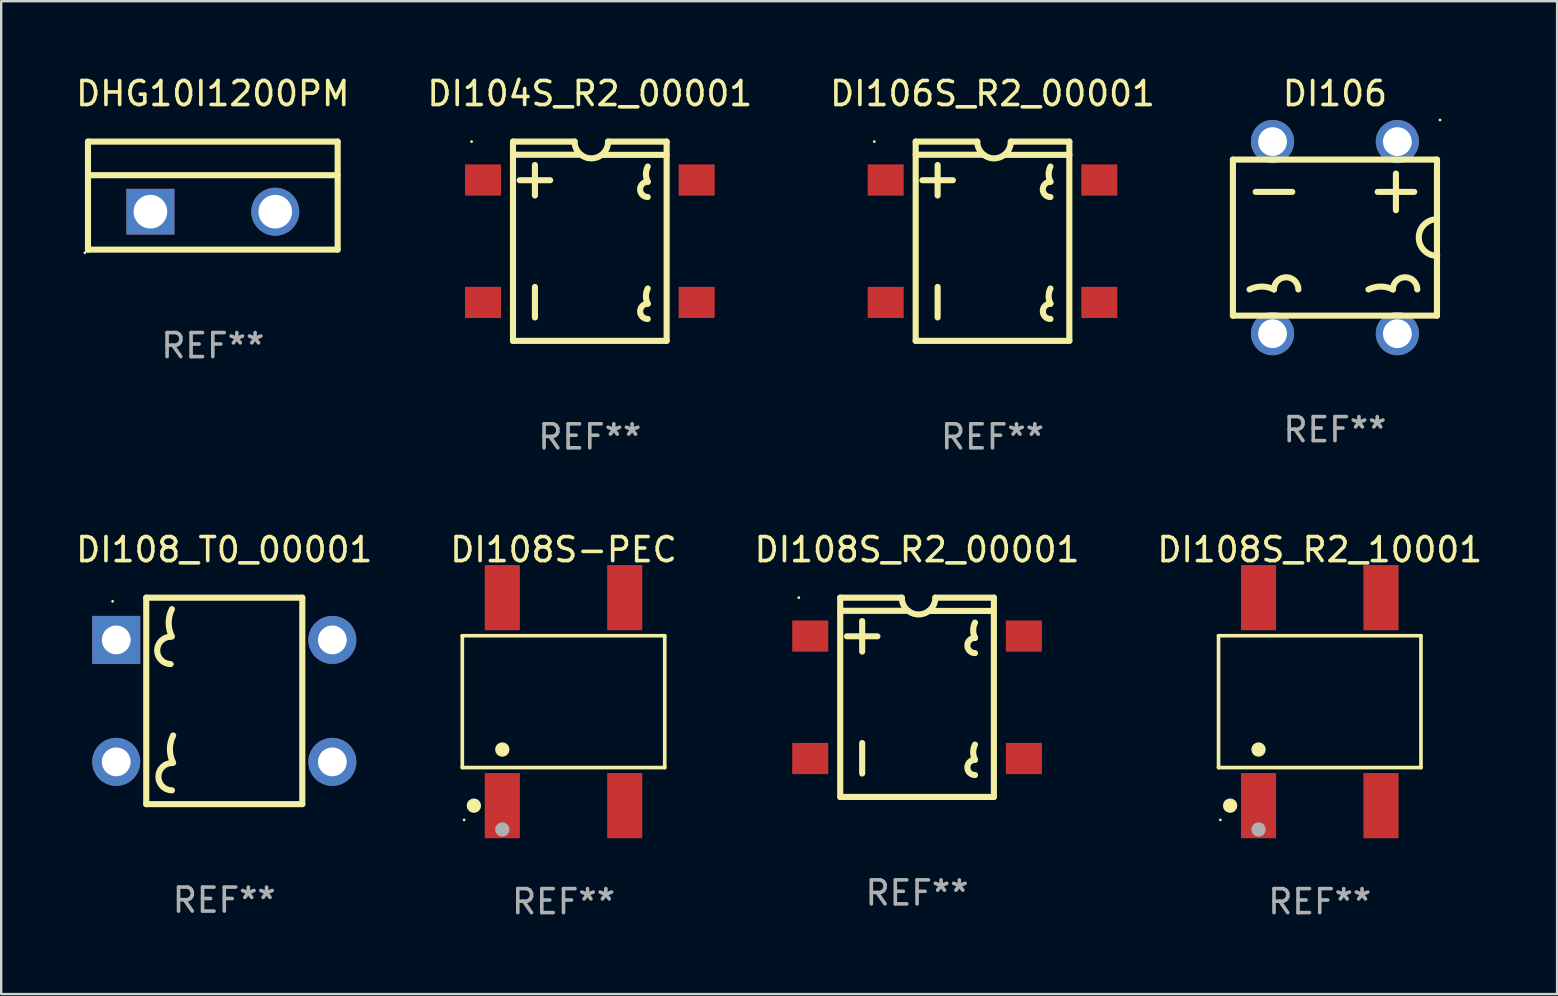
<source format=kicad_pcb>
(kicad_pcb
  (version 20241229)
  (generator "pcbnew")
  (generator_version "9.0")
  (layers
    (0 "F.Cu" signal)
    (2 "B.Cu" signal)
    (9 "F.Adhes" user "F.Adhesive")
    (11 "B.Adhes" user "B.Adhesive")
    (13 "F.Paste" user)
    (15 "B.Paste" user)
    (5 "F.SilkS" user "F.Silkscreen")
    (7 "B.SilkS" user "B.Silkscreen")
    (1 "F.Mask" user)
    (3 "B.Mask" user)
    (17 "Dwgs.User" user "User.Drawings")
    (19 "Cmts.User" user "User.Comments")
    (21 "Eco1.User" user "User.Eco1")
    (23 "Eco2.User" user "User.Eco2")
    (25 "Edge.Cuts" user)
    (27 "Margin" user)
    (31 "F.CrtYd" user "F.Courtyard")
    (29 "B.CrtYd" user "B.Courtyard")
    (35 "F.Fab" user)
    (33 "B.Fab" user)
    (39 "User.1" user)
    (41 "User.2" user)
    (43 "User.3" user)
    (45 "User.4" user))
  (footprint "DI104S_R2_00001"
    (layer "F.Cu")
    (at 21.518 6.998)
    (property "Reference" "DI104S_R2_00001" (at 0 -6.15 0) (layer "F.SilkS") (effects (font (size 1 1) (thickness 0.15))))
    (attr through_hole)
    (fp_line (start -3.2 -4.15) (end -0.635 -4.15) (stroke (width 0.254) (type solid)) (layer "F.SilkS"))
    (fp_line (start -3.2 4.15) (end -3.2 -4.15) (stroke (width 0.254) (type solid)) (layer "F.SilkS"))
    (fp_line (start -2.921 -2.54) (end -1.651 -2.54) (stroke (width 0.254) (type solid)) (layer "F.SilkS"))
    (fp_line (start -2.286 1.905) (end -2.286 3.175) (stroke (width 0.254) (type solid)) (layer "F.SilkS"))
    (fp_line (start -2.286 -3.175) (end -2.286 -1.905) (stroke (width 0.254) (type solid)) (layer "F.SilkS"))
    (fp_line (start -0.369 -3.602) (end -3.2 -3.602) (stroke (width 0.254) (type solid)) (layer "F.SilkS"))
    (fp_line (start 3.2 -4.15) (end 0.762 -4.15) (stroke (width 0.254) (type solid)) (layer "F.SilkS"))
    (fp_line (start 3.2 -4.15) (end 3.2 4.15) (stroke (width 0.254) (type solid)) (layer "F.SilkS"))
    (fp_line (start 3.2 -3.597) (end 0.498 -3.597) (stroke (width 0.254) (type solid)) (layer "F.SilkS"))
    (fp_line (start 3.2 4.15) (end -3.2 4.15) (stroke (width 0.254) (type solid)) (layer "F.SilkS"))
    (fp_arc (start 0.762027 -4.150025) (mid 0.063322 -3.451854) (end -0.635027 -4.150381) (stroke (width 0.254001) (type solid)) (layer "F.SilkS"))
    (fp_arc (start 2.41303 -2.476518) (mid 2.338079 -2.794018) (end 2.41303 -3.111519) (stroke (width 0.254001) (type solid)) (layer "F.SilkS"))
    (fp_arc (start 2.41303 -1.841516) (mid 2.095529 -2.159017) (end 2.41303 -2.476518) (stroke (width 0.254001) (type solid)) (layer "F.SilkS"))
    (fp_arc (start 2.41303 2.603492) (mid 2.338079 2.285992) (end 2.41303 1.968491) (stroke (width 0.254001) (type solid)) (layer "F.SilkS"))
    (fp_arc (start 2.41303 3.238494) (mid 2.095529 2.920993) (end 2.41303 2.603492) (stroke (width 0.254001) (type solid)) (layer "F.SilkS"))
    (fp_circle (center -4.925 -4.15) (end -4.895 -4.15) (stroke (width 0.06) (type solid)) (fill no) (layer "F.SilkS"))
    (fp_text user "REF**" (at 0 8.15 0) (layer "F.Fab") (effects (font (size 1 1) (thickness 0.15))))
    (pad "1" smd rect (at -4.45 -2.55) (size 1.5 1.3) (layers "F.Cu" "F.Mask" "F.Paste"))
    (pad "2" smd rect (at -4.45 2.55) (size 1.5 1.3) (layers "F.Cu" "F.Mask" "F.Paste"))
    (pad "3" smd rect (at 4.45 2.55) (size 1.5 1.3) (layers "F.Cu" "F.Mask" "F.Paste"))
    (pad "4" smd rect (at 4.45 -2.55) (size 1.5 1.3) (layers "F.Cu" "F.Mask" "F.Paste")))
  (footprint "DI108_T0_00001"
    (layer "F.Cu")
    (at 6.292 26.145)
    (property "Reference" "DI108_T0_00001" (at 0 -6.3 0) (layer "F.SilkS") (effects (font (size 1 1) (thickness 0.15))))
    (attr through_hole)
    (fp_line (start -3.25 -4.3) (end 3.25 -4.3) (stroke (width 0.254) (type solid)) (layer "F.SilkS"))
    (fp_line (start -3.25 -4.3) (end -3.25 4.3) (stroke (width 0.254) (type solid)) (layer "F.SilkS"))
    (fp_line (start -3.25 4.3) (end 3.25 4.3) (stroke (width 0.254) (type solid)) (layer "F.SilkS"))
    (fp_line (start 3.25 -4.3) (end 3.25 4.3) (stroke (width 0.254) (type solid)) (layer "F.SilkS"))
    (fp_arc (start -2.23368 -1.533401) (mid -2.803149 -2.10287) (end -2.23368 -2.672339) (stroke (width 0.254001) (type solid)) (layer "F.SilkS"))
    (fp_arc (start -2.181864 -2.680976) (mid -2.316297 -3.250445) (end -2.181864 -3.819914) (stroke (width 0.254001) (type solid)) (layer "F.SilkS"))
    (fp_arc (start -2.181356 3.726441) (mid -2.750825 3.156972) (end -2.181356 2.587503) (stroke (width 0.254001) (type solid)) (layer "F.SilkS"))
    (fp_arc (start -2.12954 2.578867) (mid -2.263973 2.009398) (end -2.12954 1.439929) (stroke (width 0.254001) (type solid)) (layer "F.SilkS"))
    (fp_circle (center -4.651 -4.15) (end -4.621 -4.15) (stroke (width 0.06) (type solid)) (fill no) (layer "F.SilkS"))
    (fp_text user "-" (at 1.89 -1.679 0) (layer "B.Mask") (effects (font (size 1 1) (thickness 0.15))))
    (fp_text user "+" (at 0.96 2.66 0) (layer "B.Mask") (effects (font (size 1 1) (thickness 0.15))))
    (fp_text user "REF**" (at 0 8.3 0) (layer "F.Fab") (effects (font (size 1 1) (thickness 0.15))))
    (pad "1" thru_hole rect (at -4.5 -2.54) (size 2 2) (drill 1.2) (layers "*.Cu" "*.Mask"))
    (pad "2" thru_hole circle (at -4.501 2.54) (size 2 2) (drill 1.2) (layers "*.Cu" "*.Mask"))
    (pad "3" thru_hole circle (at 4.501 2.54) (size 2 2) (drill 1.2) (layers "*.Cu" "*.Mask"))
    (pad "4" thru_hole circle (at 4.501 -2.54) (size 2 2) (drill 1.2) (layers "*.Cu" "*.Mask")))
  (footprint "DHG10I1200PM"
    (layer "F.Cu")
    (at 5.815 5.098)
    (property "Reference" "DHG10I1200PM" (at 0 -4.25 0) (layer "F.SilkS") (effects (font (size 1 1) (thickness 0.15))))
    (attr through_hole)
    (fp_line (start -5.2 -2.25) (end 5.2 -2.25) (stroke (width 0.254) (type solid)) (layer "F.SilkS"))
    (fp_line (start -5.2 -0.85) (end 5.2 -0.85) (stroke (width 0.254) (type solid)) (layer "F.SilkS"))
    (fp_line (start -5.2 2.25) (end -5.2 -2.25) (stroke (width 0.254) (type solid)) (layer "F.SilkS"))
    (fp_line (start -5.2 2.25) (end 5.2 2.25) (stroke (width 0.254) (type solid)) (layer "F.SilkS"))
    (fp_line (start 5.2 2.25) (end 5.2 -2.25) (stroke (width 0.254) (type solid)) (layer "F.SilkS"))
    (fp_circle (center -5.327 2.377) (end -5.297 2.377) (stroke (width 0.06) (type solid)) (fill no) (layer "F.SilkS"))
    (fp_text user "REF**" (at 0 6.25 0) (layer "F.Fab") (effects (font (size 1 1) (thickness 0.15))))
    (pad "1" thru_hole rect (at -2.6 0.67 90) (size 1.905 2) (drill 1.4) (layers "*.Cu" "*.Mask"))
    (pad "3" thru_hole circle (at 2.6 0.67) (size 2 2) (drill 1.4) (layers "*.Cu" "*.Mask")))
  (footprint "DI108S-PEC"
    (layer "F.Cu")
    (at 20.423 26.177)
    (property "Reference" "DI108S-PEC" (at 0 -6.332 0) (layer "F.SilkS") (effects (font (size 1 1) (thickness 0.15))))
    (attr through_hole)
    (fp_line (start -4.216 -2.746) (end 4.216 -2.746) (stroke (width 0.152) (type solid)) (layer "F.SilkS"))
    (fp_line (start -4.216 2.746) (end -4.216 -2.746) (stroke (width 0.152) (type solid)) (layer "F.SilkS"))
    (fp_line (start 4.216 -2.746) (end 4.216 2.746) (stroke (width 0.152) (type solid)) (layer "F.SilkS"))
    (fp_line (start 4.216 2.746) (end -4.216 2.746) (stroke (width 0.152) (type solid)) (layer "F.SilkS"))
    (fp_circle (center -4.14 4.925) (end -4.11 4.925) (stroke (width 0.06) (type solid)) (fill no) (layer "F.SilkS"))
    (fp_circle (center -3.734 4.332) (end -3.584 4.332) (stroke (width 0.3) (type solid)) (fill no) (layer "F.SilkS"))
    (fp_circle (center -2.55 1.994) (end -2.4 1.994) (stroke (width 0.3) (type solid)) (fill no) (layer "F.SilkS"))
    (fp_circle (center -2.55 5.325) (end -2.4 5.325) (stroke (width 0.3) (type solid)) (fill no) (layer "F.Fab"))
    (fp_text user "REF**" (at 0 8.332 0) (layer "F.Fab") (effects (font (size 1 1) (thickness 0.15))))
    (pad "1" smd rect (at -2.55 4.332) (size 1.463 2.715) (layers "F.Cu" "F.Mask" "F.Paste"))
    (pad "2" smd rect (at 2.55 4.332) (size 1.463 2.715) (layers "F.Cu" "F.Mask" "F.Paste"))
    (pad "3" smd rect (at 2.55 -4.332) (size 1.463 2.715) (layers "F.Cu" "F.Mask" "F.Paste"))
    (pad "4" smd rect (at -2.55 -4.332) (size 1.463 2.715) (layers "F.Cu" "F.Mask" "F.Paste")))
  (footprint "DI108S_R2_10001"
    (layer "F.Cu")
    (at 51.923 26.177)
    (property "Reference" "DI108S_R2_10001" (at 0 -6.332 0) (layer "F.SilkS") (effects (font (size 1 1) (thickness 0.15))))
    (attr through_hole)
    (fp_line (start -4.216 -2.746) (end 4.216 -2.746) (stroke (width 0.152) (type solid)) (layer "F.SilkS"))
    (fp_line (start -4.216 2.746) (end -4.216 -2.746) (stroke (width 0.152) (type solid)) (layer "F.SilkS"))
    (fp_line (start 4.216 -2.746) (end 4.216 2.746) (stroke (width 0.152) (type solid)) (layer "F.SilkS"))
    (fp_line (start 4.216 2.746) (end -4.216 2.746) (stroke (width 0.152) (type solid)) (layer "F.SilkS"))
    (fp_circle (center -4.14 4.925) (end -4.11 4.925) (stroke (width 0.06) (type solid)) (fill no) (layer "F.SilkS"))
    (fp_circle (center -3.734 4.332) (end -3.584 4.332) (stroke (width 0.3) (type solid)) (fill no) (layer "F.SilkS"))
    (fp_circle (center -2.55 1.994) (end -2.4 1.994) (stroke (width 0.3) (type solid)) (fill no) (layer "F.SilkS"))
    (fp_circle (center -2.55 5.325) (end -2.4 5.325) (stroke (width 0.3) (type solid)) (fill no) (layer "F.Fab"))
    (fp_text user "REF**" (at 0 8.332 0) (layer "F.Fab") (effects (font (size 1 1) (thickness 0.15))))
    (pad "1" smd rect (at -2.55 4.332) (size 1.463 2.715) (layers "F.Cu" "F.Mask" "F.Paste"))
    (pad "2" smd rect (at 2.55 4.332) (size 1.463 2.715) (layers "F.Cu" "F.Mask" "F.Paste"))
    (pad "3" smd rect (at 2.55 -4.332) (size 1.463 2.715) (layers "F.Cu" "F.Mask" "F.Paste"))
    (pad "4" smd rect (at -2.55 -4.332) (size 1.463 2.715) (layers "F.Cu" "F.Mask" "F.Paste")))
  (footprint "DI106"
    (layer "F.Cu")
    (at 52.556 6.848)
    (property "Reference" "DI106" (at 0 -6 0) (layer "F.SilkS") (effects (font (size 1 1) (thickness 0.15))))
    (attr through_hole)
    (fp_line (start -4.25 -3.25) (end -4.25 3.25) (stroke (width 0.254) (type solid)) (layer "F.SilkS"))
    (fp_line (start -4.25 3.25) (end 4.25 3.25) (stroke (width 0.254) (type solid)) (layer "F.SilkS"))
    (fp_line (start -1.778 -1.905) (end -3.302 -1.905) (stroke (width 0.254) (type solid)) (layer "F.SilkS"))
    (fp_line (start 1.778 -1.905) (end 3.302 -1.905) (stroke (width 0.254) (type solid)) (layer "F.SilkS"))
    (fp_line (start 2.54 -1.143) (end 2.54 -2.667) (stroke (width 0.254) (type solid)) (layer "F.SilkS"))
    (fp_line (start 4.25 -3.25) (end -4.25 -3.25) (stroke (width 0.254) (type solid)) (layer "F.SilkS"))
    (fp_line (start 4.25 3.25) (end 4.25 -3.25) (stroke (width 0.254) (type solid)) (layer "F.SilkS"))
    (fp_arc (start -3.556007 2.159004) (mid -3.048006 2.039081) (end -2.540005 2.159004) (stroke (width 0.254001) (type solid)) (layer "F.SilkS"))
    (fp_arc (start -2.540005 2.159004) (mid -2.032004 1.651003) (end -1.524003 2.159004) (stroke (width 0.254001) (type solid)) (layer "F.SilkS"))
    (fp_arc (start 1.397003 2.159004) (mid 1.905004 2.039081) (end 2.413005 2.159004) (stroke (width 0.254001) (type solid)) (layer "F.SilkS"))
    (fp_arc (start 2.413005 2.159004) (mid 2.921006 1.651003) (end 3.429007 2.159004) (stroke (width 0.254001) (type solid)) (layer "F.SilkS"))
    (fp_arc (start 4.258471 0.75809) (mid 3.49582 0.000286) (end 4.250037 -0.765912) (stroke (width 0.254001) (type solid)) (layer "F.SilkS"))
    (fp_circle (center 4.377 -4.9) (end 4.407 -4.9) (stroke (width 0.06) (type solid)) (fill no) (layer "F.SilkS"))
    (fp_text user "REF**" (at 0 8 0) (layer "F.Fab") (effects (font (size 1 1) (thickness 0.15))))
    (pad "1" thru_hole circle (at 2.6 -4) (size 1.8 1.8) (drill 1.2) (layers "*.Cu" "*.Mask"))
    (pad "2" thru_hole circle (at -2.6 -4) (size 1.8 1.8) (drill 1.2) (layers "*.Cu" "*.Mask"))
    (pad "3" thru_hole circle (at -2.6 4) (size 1.8 1.8) (drill 1.2) (layers "*.Cu" "*.Mask"))
    (pad "4" thru_hole circle (at 2.6 4) (size 1.8 1.8) (drill 1.2) (layers "*.Cu" "*.Mask")))
  (footprint "DI108S_R2_00001"
    (layer "F.Cu")
    (at 35.149 25.995)
    (property "Reference" "DI108S_R2_00001" (at 0 -6.15 0) (layer "F.SilkS") (effects (font (size 1 1) (thickness 0.15))))
    (attr through_hole)
    (fp_line (start -3.2 -4.15) (end -0.635 -4.15) (stroke (width 0.254) (type solid)) (layer "F.SilkS"))
    (fp_line (start -3.2 4.15) (end -3.2 -4.15) (stroke (width 0.254) (type solid)) (layer "F.SilkS"))
    (fp_line (start -2.921 -2.54) (end -1.651 -2.54) (stroke (width 0.254) (type solid)) (layer "F.SilkS"))
    (fp_line (start -2.286 1.905) (end -2.286 3.175) (stroke (width 0.254) (type solid)) (layer "F.SilkS"))
    (fp_line (start -2.286 -3.175) (end -2.286 -1.905) (stroke (width 0.254) (type solid)) (layer "F.SilkS"))
    (fp_line (start -0.369 -3.602) (end -3.2 -3.602) (stroke (width 0.254) (type solid)) (layer "F.SilkS"))
    (fp_line (start 3.2 -4.15) (end 0.762 -4.15) (stroke (width 0.254) (type solid)) (layer "F.SilkS"))
    (fp_line (start 3.2 -4.15) (end 3.2 4.15) (stroke (width 0.254) (type solid)) (layer "F.SilkS"))
    (fp_line (start 3.2 -3.597) (end 0.498 -3.597) (stroke (width 0.254) (type solid)) (layer "F.SilkS"))
    (fp_line (start 3.2 4.15) (end -3.2 4.15) (stroke (width 0.254) (type solid)) (layer "F.SilkS"))
    (fp_arc (start 0.762027 -4.150025) (mid 0.063322 -3.451854) (end -0.635027 -4.150381) (stroke (width 0.254001) (type solid)) (layer "F.SilkS"))
    (fp_arc (start 2.41303 -2.476518) (mid 2.338079 -2.794018) (end 2.41303 -3.111519) (stroke (width 0.254001) (type solid)) (layer "F.SilkS"))
    (fp_arc (start 2.41303 -1.841516) (mid 2.095529 -2.159017) (end 2.41303 -2.476518) (stroke (width 0.254001) (type solid)) (layer "F.SilkS"))
    (fp_arc (start 2.41303 2.603492) (mid 2.338079 2.285992) (end 2.41303 1.968491) (stroke (width 0.254001) (type solid)) (layer "F.SilkS"))
    (fp_arc (start 2.41303 3.238494) (mid 2.095529 2.920993) (end 2.41303 2.603492) (stroke (width 0.254001) (type solid)) (layer "F.SilkS"))
    (fp_circle (center -4.925 -4.15) (end -4.895 -4.15) (stroke (width 0.06) (type solid)) (fill no) (layer "F.SilkS"))
    (fp_text user "REF**" (at 0 8.15 0) (layer "F.Fab") (effects (font (size 1 1) (thickness 0.15))))
    (pad "1" smd rect (at -4.45 -2.55) (size 1.5 1.3) (layers "F.Cu" "F.Mask" "F.Paste"))
    (pad "2" smd rect (at -4.45 2.55) (size 1.5 1.3) (layers "F.Cu" "F.Mask" "F.Paste"))
    (pad "3" smd rect (at 4.45 2.55) (size 1.5 1.3) (layers "F.Cu" "F.Mask" "F.Paste"))
    (pad "4" smd rect (at 4.45 -2.55) (size 1.5 1.3) (layers "F.Cu" "F.Mask" "F.Paste")))
  (footprint "DI106S_R2_00001"
    (layer "F.Cu")
    (at 38.292 6.998)
    (property "Reference" "DI106S_R2_00001" (at 0 -6.15 0) (layer "F.SilkS") (effects (font (size 1 1) (thickness 0.15))))
    (attr through_hole)
    (fp_line (start -3.2 -4.15) (end -0.635 -4.15) (stroke (width 0.254) (type solid)) (layer "F.SilkS"))
    (fp_line (start -3.2 4.15) (end -3.2 -4.15) (stroke (width 0.254) (type solid)) (layer "F.SilkS"))
    (fp_line (start -2.921 -2.54) (end -1.651 -2.54) (stroke (width 0.254) (type solid)) (layer "F.SilkS"))
    (fp_line (start -2.286 1.905) (end -2.286 3.175) (stroke (width 0.254) (type solid)) (layer "F.SilkS"))
    (fp_line (start -2.286 -3.175) (end -2.286 -1.905) (stroke (width 0.254) (type solid)) (layer "F.SilkS"))
    (fp_line (start -0.369 -3.602) (end -3.2 -3.602) (stroke (width 0.254) (type solid)) (layer "F.SilkS"))
    (fp_line (start 3.2 -4.15) (end 0.762 -4.15) (stroke (width 0.254) (type solid)) (layer "F.SilkS"))
    (fp_line (start 3.2 -4.15) (end 3.2 4.15) (stroke (width 0.254) (type solid)) (layer "F.SilkS"))
    (fp_line (start 3.2 -3.597) (end 0.498 -3.597) (stroke (width 0.254) (type solid)) (layer "F.SilkS"))
    (fp_line (start 3.2 4.15) (end -3.2 4.15) (stroke (width 0.254) (type solid)) (layer "F.SilkS"))
    (fp_arc (start 0.762027 -4.150025) (mid 0.063322 -3.451854) (end -0.635027 -4.150381) (stroke (width 0.254001) (type solid)) (layer "F.SilkS"))
    (fp_arc (start 2.41303 -2.476518) (mid 2.338079 -2.794018) (end 2.41303 -3.111519) (stroke (width 0.254001) (type solid)) (layer "F.SilkS"))
    (fp_arc (start 2.41303 -1.841516) (mid 2.095529 -2.159017) (end 2.41303 -2.476518) (stroke (width 0.254001) (type solid)) (layer "F.SilkS"))
    (fp_arc (start 2.41303 2.603492) (mid 2.338079 2.285992) (end 2.41303 1.968491) (stroke (width 0.254001) (type solid)) (layer "F.SilkS"))
    (fp_arc (start 2.41303 3.238494) (mid 2.095529 2.920993) (end 2.41303 2.603492) (stroke (width 0.254001) (type solid)) (layer "F.SilkS"))
    (fp_circle (center -4.925 -4.15) (end -4.895 -4.15) (stroke (width 0.06) (type solid)) (fill no) (layer "F.SilkS"))
    (fp_text user "REF**" (at 0 8.15 0) (layer "F.Fab") (effects (font (size 1 1) (thickness 0.15))))
    (pad "1" smd rect (at -4.45 -2.55) (size 1.5 1.3) (layers "F.Cu" "F.Mask" "F.Paste"))
    (pad "2" smd rect (at -4.45 2.55) (size 1.5 1.3) (layers "F.Cu" "F.Mask" "F.Paste"))
    (pad "3" smd rect (at 4.45 2.55) (size 1.5 1.3) (layers "F.Cu" "F.Mask" "F.Paste"))
    (pad "4" smd rect (at 4.45 -2.55) (size 1.5 1.3) (layers "F.Cu" "F.Mask" "F.Paste")))
  (gr_rect
    (start -3 -3)
    (end 61.81 38.358)
    (stroke (width 0.1) (type default))
    (fill no)
    (layer "Edge.Cuts")))
</source>
